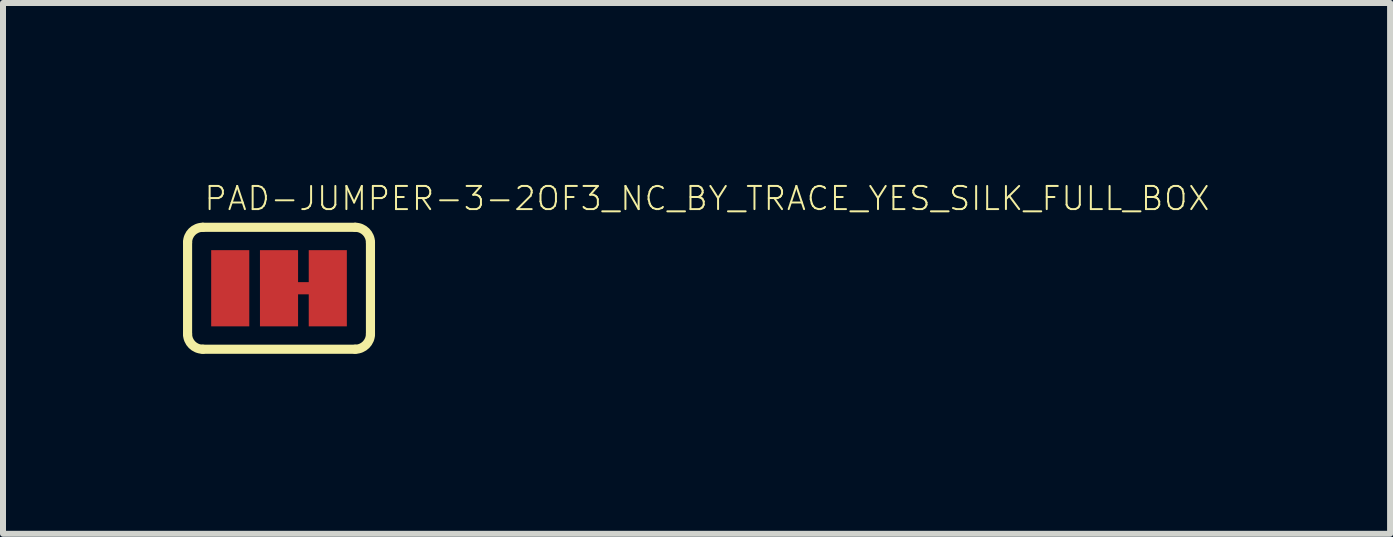
<source format=kicad_pcb>
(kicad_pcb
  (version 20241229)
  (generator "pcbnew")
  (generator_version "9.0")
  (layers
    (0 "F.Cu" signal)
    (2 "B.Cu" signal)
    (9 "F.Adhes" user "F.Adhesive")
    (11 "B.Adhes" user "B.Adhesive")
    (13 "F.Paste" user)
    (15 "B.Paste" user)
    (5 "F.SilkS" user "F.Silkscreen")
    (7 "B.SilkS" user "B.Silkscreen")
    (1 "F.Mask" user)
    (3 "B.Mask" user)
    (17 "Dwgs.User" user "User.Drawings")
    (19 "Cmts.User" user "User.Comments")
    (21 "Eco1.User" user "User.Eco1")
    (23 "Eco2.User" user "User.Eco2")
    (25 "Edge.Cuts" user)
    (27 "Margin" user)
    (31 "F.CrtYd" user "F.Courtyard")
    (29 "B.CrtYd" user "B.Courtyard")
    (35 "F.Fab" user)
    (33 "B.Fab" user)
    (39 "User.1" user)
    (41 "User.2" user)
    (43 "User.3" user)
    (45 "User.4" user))
  (footprint "PAD-JUMPER-3-2OF3_NC_BY_TRACE_YES_SILK_FULL_BOX"
    (layer "F.Cu")
    (at 1.6 1.754)
    (property "Reference" "PAD-JUMPER-3-2OF3_NC_BY_TRACE_YES_SILK_FULL_BOX" (at -1.27 -1.27 0) (layer "F.SilkS") (effects (font (size 0.386 0.386) (thickness 0.033)) (justify left bottom)))
    (attr through_hole)
    (fp_line (start 0 0) (end 0.635 0) (stroke (width 0.203) (type solid)) (layer "F.Cu"))
    (fp_line (start -1.524 0.762) (end -1.524 -0.762) (stroke (width 0.152) (type solid)) (layer "F.SilkS"))
    (fp_line (start -1.27 -1.016) (end 1.27 -1.016) (stroke (width 0.152) (type solid)) (layer "F.SilkS"))
    (fp_line (start 1.27 1.016) (end -1.27 1.016) (stroke (width 0.152) (type solid)) (layer "F.SilkS"))
    (fp_line (start 1.524 0.762) (end 1.524 -0.762) (stroke (width 0.152) (type solid)) (layer "F.SilkS"))
    (fp_arc (start -1.524 -0.762) (mid -1.449605 -0.941605) (end -1.27 -1.016) (stroke (width 0.1524) (type solid)) (layer "F.SilkS"))
    (fp_arc (start -1.27 1.016) (mid -1.449605 0.941605) (end -1.524 0.762) (stroke (width 0.1524) (type solid)) (layer "F.SilkS"))
    (fp_arc (start 1.27 -1.016) (mid 1.449605 -0.941605) (end 1.524 -0.762) (stroke (width 0.1524) (type solid)) (layer "F.SilkS"))
    (fp_arc (start 1.524 0.762) (mid 1.449605 0.941605) (end 1.27 1.016) (stroke (width 0.1524) (type solid)) (layer "F.SilkS"))
    (pad "1" smd rect (at -0.813 0) (size 0.635 1.27) (layers "F.Cu" "F.Mask"))
    (pad "2" smd rect (at 0 0) (size 0.635 1.27) (layers "F.Cu" "F.Mask"))
    (pad "3" smd rect (at 0.813 0) (size 0.635 1.27) (layers "F.Cu" "F.Mask")))
  (gr_rect
    (start -3 -3)
    (end 20.117 5.846)
    (stroke (width 0.1) (type default))
    (fill no)
    (layer "Edge.Cuts")))
</source>
